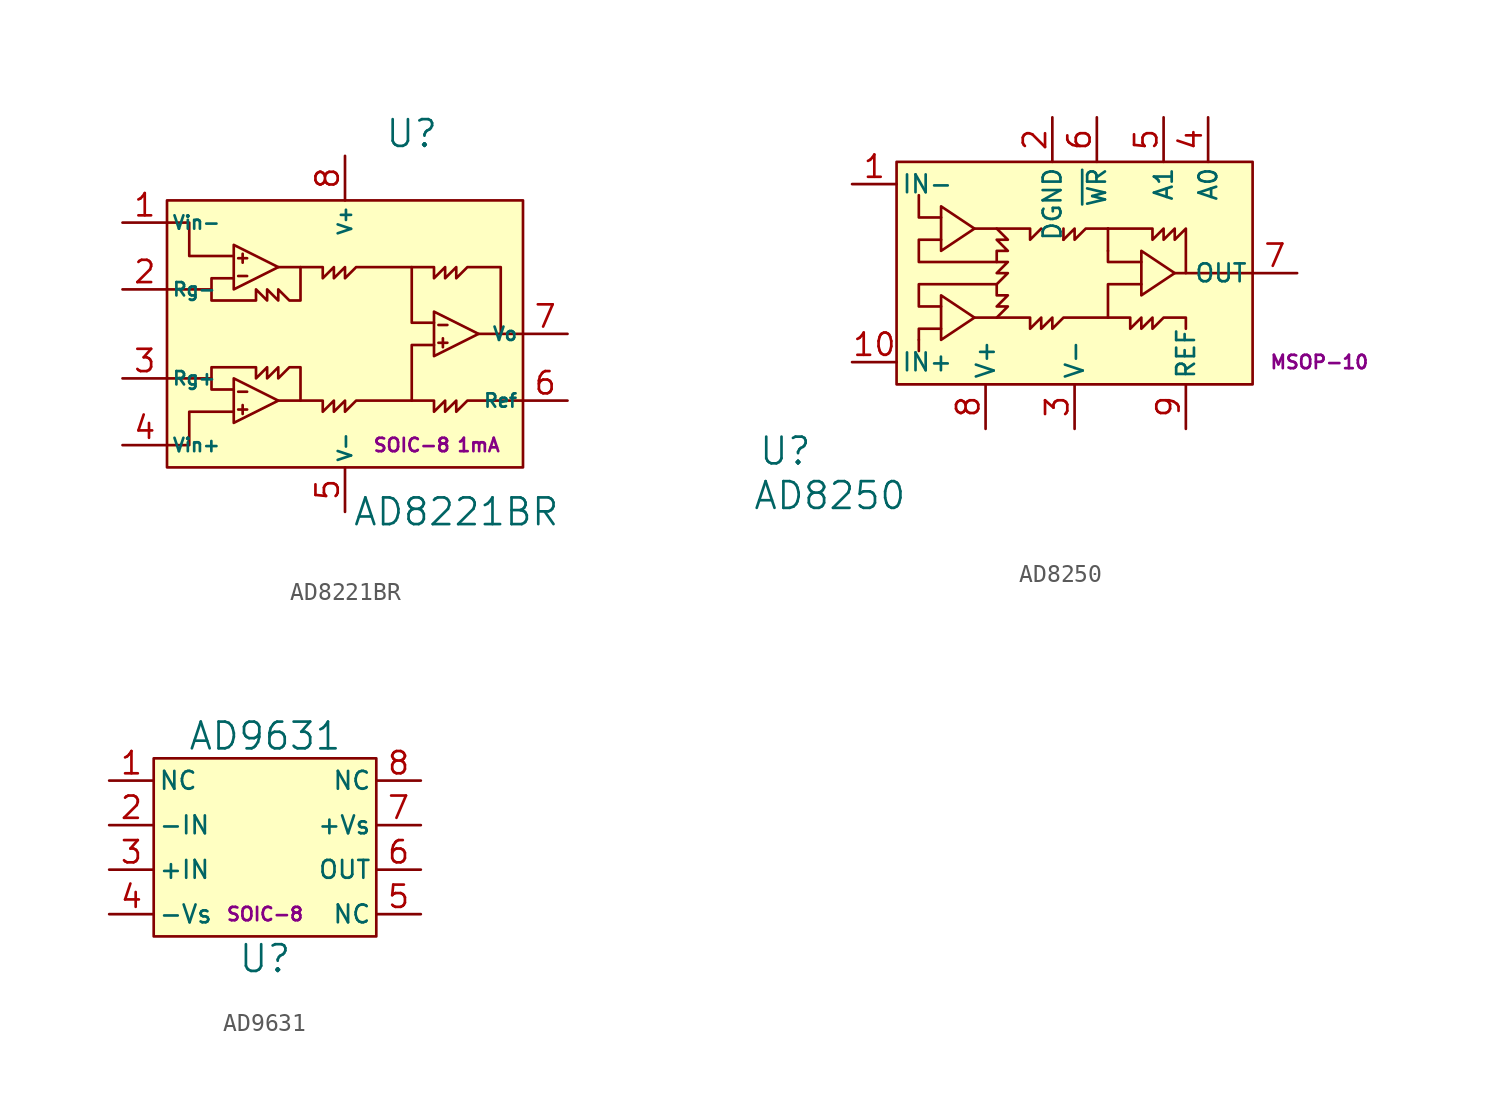
<source format=kicad_sym>
(kicad_symbol_lib
  (version 20220914)
  (generator kicad_symbol_editor)
  (symbol "AD8221BR"
    (pin_names
      (offset 0.254))
    (property "Reference" "U"
      (at 3.81 11.43 0)
      (effects (font (size 1.524 1.524))))
    (property "Value" "AD8221BR"
      (at 6.35 -10.16 0)
      (effects (font (size 1.524 1.524))))
    (property "Footprint" "SOIC-8"
      (at 3.81 -6.35 0)
      (effects (font (size 0.762 0.762))))
    (property "Datasheet" ""
      (at 0 0 0)
      (effects (font (size 1.524 1.524))))
    (property "Consumo" "1mA"
      (at 7.62 -6.35 0)
      (effects (font (size 0.762 0.762))))
    (symbol "AD8221BR_0_1"
      (rectangle (start -10.16 7.62) (end 10.16 -7.62) (stroke (width 0) (type default)) (fill (type background)))
      (polyline (pts (xy -10.16 -2.54) (xy -7.62 -2.54)) (stroke (width 0) (type default)) (fill (type none)))
      (polyline (pts (xy -10.16 2.54) (xy -7.62 2.54)) (stroke (width 0) (type default)) (fill (type none)))
      (polyline (pts (xy -6.096 -4.318) (xy -5.588 -4.318)) (stroke (width 0) (type default)) (fill (type none)))
      (polyline (pts (xy -6.096 -3.302) (xy -5.588 -3.302)) (stroke (width 0) (type default)) (fill (type none)))
      (polyline (pts (xy -6.096 3.302) (xy -5.588 3.302)) (stroke (width 0) (type default)) (fill (type none)))
      (polyline (pts (xy -6.096 4.318) (xy -5.588 4.318)) (stroke (width 0) (type default)) (fill (type none)))
      (polyline (pts (xy -5.842 -4.064) (xy -5.842 -4.572)) (stroke (width 0) (type default)) (fill (type none)))
      (polyline (pts (xy -5.842 4.572) (xy -5.842 4.064)) (stroke (width 0) (type default)) (fill (type none)))
      (polyline (pts (xy 5.334 -0.508) (xy 5.842 -0.508)) (stroke (width 0) (type default)) (fill (type none)))
      (polyline (pts (xy 5.334 0.508) (xy 5.842 0.508)) (stroke (width 0) (type default)) (fill (type none)))
      (polyline (pts (xy 5.588 -0.254) (xy 5.588 -0.762)) (stroke (width 0) (type default)) (fill (type none)))
      (polyline (pts (xy 8.89 0) (xy 10.16 0)) (stroke (width 0) (type default)) (fill (type none)))
      (polyline (pts (xy -6.35 -4.445) (xy -8.89 -4.445) (xy -8.89 -6.35) (xy -10.16 -6.35)) (stroke (width 0) (type default)) (fill (type none)))
      (polyline (pts (xy -6.35 -2.54) (xy -6.35 -5.08) (xy -3.81 -3.81) (xy -6.35 -2.54)) (stroke (width 0) (type default)) (fill (type none)))
      (polyline (pts (xy -6.35 4.445) (xy -8.89 4.445) (xy -8.89 6.35) (xy -10.16 6.35)) (stroke (width 0) (type default)) (fill (type none)))
      (polyline (pts (xy -6.35 5.08) (xy -6.35 2.54) (xy -3.81 3.81) (xy -6.35 5.08)) (stroke (width 0) (type default)) (fill (type none)))
      (polyline (pts (xy 5.08 1.27) (xy 5.08 -1.27) (xy 7.62 0) (xy 5.08 1.27)) (stroke (width 0) (type default)) (fill (type none)))
      (polyline (pts (xy 3.81 -3.81) (xy 5.08 -3.81) (xy 5.08 -4.445) (xy 5.715 -3.81) (xy 5.715 -4.445) (xy 6.35 -3.81) (xy 6.35 -4.445) (xy 6.985 -3.81) (xy 10.16 -3.81)) (stroke (width 0) (type default)) (fill (type none)))
      (polyline (pts (xy -2.54 3.81) (xy -1.27 3.81) (xy -1.27 3.175) (xy -0.635 3.81) (xy -0.635 3.175) (xy 0 3.81) (xy 0 3.175) (xy 0.635 3.81) (xy 3.81 3.81) (xy 3.81 0.635) (xy 5.08 0.635)) (stroke (width 0) (type default)) (fill (type none)))
      (polyline (pts (xy 3.81 3.81) (xy 5.08 3.81) (xy 5.08 3.175) (xy 5.715 3.81) (xy 5.715 3.175) (xy 6.35 3.81) (xy 6.35 3.175) (xy 6.985 3.81) (xy 8.89 3.81) (xy 8.89 0) (xy 7.62 0)) (stroke (width 0) (type default)) (fill (type none)))
      (polyline (pts (xy 5.08 -0.635) (xy 3.81 -0.635) (xy 3.81 -3.81) (xy 0.635 -3.81) (xy 0 -4.445) (xy 0 -3.81) (xy -0.635 -4.445) (xy -0.635 -3.81) (xy -1.27 -4.445) (xy -1.27 -3.81) (xy -2.54 -3.81)) (stroke (width 0) (type default)) (fill (type none)))
      (polyline (pts (xy -6.35 -3.175) (xy -7.62 -3.175) (xy -7.62 -1.905) (xy -5.08 -1.905) (xy -5.08 -2.54) (xy -4.445 -1.905) (xy -4.445 -2.54) (xy -3.81 -1.905) (xy -3.81 -2.54) (xy -3.175 -1.905) (xy -2.54 -1.905) (xy -2.54 -3.81) (xy -3.81 -3.81)) (stroke (width 0) (type default)) (fill (type none)))
      (polyline (pts (xy -6.35 3.175) (xy -7.62 3.175) (xy -7.62 1.905) (xy -5.08 1.905) (xy -5.08 2.54) (xy -4.445 1.905) (xy -4.445 2.54) (xy -3.81 1.905) (xy -3.81 2.54) (xy -3.175 1.905) (xy -2.54 1.905) (xy -2.54 3.81) (xy -3.81 3.81)) (stroke (width 0) (type default)) (fill (type none))))
    (symbol "AD8221BR_1_1"
      (pin input line (at -12.7 6.35 0) (length 2.54) (name "Vin-" (effects (font (size 0.762 0.762)))) (number "1" (effects (font (size 1.27 1.27)))))
      (pin input line (at -12.7 2.54 0) (length 2.54) (name "Rg-" (effects (font (size 0.762 0.762)))) (number "2" (effects (font (size 1.27 1.27)))))
      (pin input line (at -12.7 -2.54 0) (length 2.54) (name "Rg+" (effects (font (size 0.762 0.762)))) (number "3" (effects (font (size 1.27 1.27)))))
      (pin input line (at -12.7 -6.35 0) (length 2.54) (name "Vin+" (effects (font (size 0.762 0.762)))) (number "4" (effects (font (size 1.27 1.27)))))
      (pin input line (at 0 -10.16 90) (length 2.54) (name "V-" (effects (font (size 0.762 0.762)))) (number "5" (effects (font (size 1.27 1.27)))))
      (pin input line (at 12.7 -3.81 180) (length 2.54) (name "Ref" (effects (font (size 0.762 0.762)))) (number "6" (effects (font (size 1.27 1.27)))))
      (pin input line (at 12.7 0 180) (length 2.54) (name "Vo" (effects (font (size 0.762 0.762)))) (number "7" (effects (font (size 1.27 1.27)))))
      (pin input line (at 0 10.16 270) (length 2.54) (name "V+" (effects (font (size 0.762 0.762)))) (number "8" (effects (font (size 1.27 1.27)))))))
  (symbol "AD8250"
    (pin_names
      (offset 0.254))
    (property "Reference" "U"
      (at -16.51 -10.16 0)
      (effects (font (size 1.524 1.524))))
    (property "Value" "AD8250"
      (at -13.97 -12.7 0)
      (effects (font (size 1.524 1.524))))
    (property "Footprint" "MSOP-10"
      (at 13.97 -5.08 0)
      (effects (font (size 0.762 0.762))))
    (property "Datasheet" ""
      (at 0 0 0)
      (effects (font (size 1.524 1.524))))
    (symbol "AD8250_0_1"
      (rectangle (start -10.16 6.35) (end 10.16 -6.35) (stroke (width 0) (type default)) (fill (type background)))
      (polyline (pts (xy -8.89 -3.81) (xy -8.89 -4.445)) (stroke (width 0) (type default)) (fill (type none)))
      (polyline (pts (xy -0.635 1.905) (xy -0.635 2.54)) (stroke (width 0) (type default)) (fill (type none)))
      (polyline (pts (xy 1.905 1.27) (xy 1.905 2.54)) (stroke (width 0) (type default)) (fill (type none)))
      (polyline (pts (xy 6.35 0) (xy 10.16 0)) (stroke (width 0) (type default)) (fill (type none)))
      (polyline (pts (xy -7.62 -3.175) (xy -8.89 -3.175) (xy -8.89 -3.81)) (stroke (width 0) (type default)) (fill (type none)))
      (polyline (pts (xy -7.62 3.175) (xy -8.89 3.175) (xy -8.89 4.445)) (stroke (width 0) (type default)) (fill (type none)))
      (polyline (pts (xy 3.81 -0.635) (xy 1.905 -0.635) (xy 1.905 -2.54)) (stroke (width 0) (type default)) (fill (type none)))
      (polyline (pts (xy 3.81 0.635) (xy 1.905 0.635) (xy 1.905 1.27)) (stroke (width 0) (type default)) (fill (type none)))
      (polyline (pts (xy -7.62 -1.27) (xy -7.62 -3.81) (xy -5.715 -2.54) (xy -7.62 -1.27)) (stroke (width 0) (type default)) (fill (type none)))
      (polyline (pts (xy -4.445 2.54) (xy -2.54 2.54) (xy -2.54 1.905) (xy -1.905 2.54)) (stroke (width 0) (type default)) (fill (type none)))
      (polyline (pts (xy 3.81 1.27) (xy 5.715 0) (xy 3.81 -1.27) (xy 3.81 1.27)) (stroke (width 0) (type default)) (fill (type none)))
      (polyline (pts (xy -7.62 3.175) (xy -7.62 1.27) (xy -5.715 2.54) (xy -7.62 3.81) (xy -7.62 3.175)) (stroke (width 0) (type default)) (fill (type none)))
      (polyline (pts (xy -4.445 0.635) (xy -3.81 0.635) (xy -4.445 0) (xy -3.81 0) (xy -4.445 -0.635)) (stroke (width 0) (type default)) (fill (type none)))
      (polyline (pts (xy -0.635 1.905) (xy 0 2.54) (xy 0 1.905) (xy 0.635 2.54) (xy 1.905 2.54)) (stroke (width 0) (type default)) (fill (type none)))
      (polyline (pts (xy -4.445 -2.54) (xy -2.54 -2.54) (xy -2.54 -3.175) (xy -1.905 -2.54) (xy -1.905 -3.175) (xy -1.27 -2.54) (xy -1.27 -3.175) (xy -0.635 -2.54) (xy 1.905 -2.54)) (stroke (width 0) (type default)) (fill (type none)))
      (polyline (pts (xy -7.62 -1.905) (xy -8.89 -1.905) (xy -8.89 -0.635) (xy -4.445 -0.635) (xy -4.445 -1.27) (xy -3.81 -1.27) (xy -4.445 -1.905) (xy -3.81 -1.905) (xy -4.445 -2.54) (xy -5.715 -2.54)) (stroke (width 0) (type default)) (fill (type none)))
      (polyline (pts (xy -7.62 1.905) (xy -8.89 1.905) (xy -8.89 0.635) (xy -4.445 0.635) (xy -4.445 1.27) (xy -3.81 1.27) (xy -4.445 1.905) (xy -3.81 1.905) (xy -4.445 2.54) (xy -5.715 2.54)) (stroke (width 0) (type default)) (fill (type none)))
      (polyline (pts (xy 1.905 -2.54) (xy 3.175 -2.54) (xy 3.175 -3.175) (xy 3.81 -2.54) (xy 3.81 -3.175) (xy 4.445 -2.54) (xy 4.445 -3.175) (xy 5.08 -2.54) (xy 6.35 -2.54) (xy 6.35 -3.175)) (stroke (width 0) (type default)) (fill (type none)))
      (polyline (pts (xy 1.905 2.54) (xy 4.445 2.54) (xy 4.445 1.905) (xy 5.08 2.54) (xy 5.08 1.905) (xy 5.715 2.54) (xy 5.715 1.905) (xy 6.35 2.54) (xy 6.35 0) (xy 5.715 0)) (stroke (width 0) (type default)) (fill (type none))))
    (symbol "AD8250_1_1"
      (pin input line (at -12.7 5.08 0) (length 2.54) (name "IN-" (effects (font (size 1.016 1.016)))) (number "1" (effects (font (size 1.27 1.27)))))
      (pin input line (at -12.7 -5.08 0) (length 2.54) (name "IN+" (effects (font (size 1.016 1.016)))) (number "10" (effects (font (size 1.27 1.27)))))
      (pin input line (at -1.27 8.89 270) (length 2.54) (name "DGND" (effects (font (size 1.016 1.016)))) (number "2" (effects (font (size 1.27 1.27)))))
      (pin input line (at 0 -8.89 90) (length 2.54) (name "V-" (effects (font (size 1.016 1.016)))) (number "3" (effects (font (size 1.27 1.27)))))
      (pin input line (at 7.62 8.89 270) (length 2.54) (name "A0" (effects (font (size 1.016 1.016)))) (number "4" (effects (font (size 1.27 1.27)))))
      (pin input line (at 5.08 8.89 270) (length 2.54) (name "A1" (effects (font (size 1.016 1.016)))) (number "5" (effects (font (size 1.27 1.27)))))
      (pin input line (at 1.27 8.89 270) (length 2.54) (name "~{WR}" (effects (font (size 1.016 1.016)))) (number "6" (effects (font (size 1.27 1.27)))))
      (pin input line (at 12.7 0 180) (length 2.54) (name "OUT" (effects (font (size 1.016 1.016)))) (number "7" (effects (font (size 1.27 1.27)))))
      (pin input line (at -5.08 -8.89 90) (length 2.54) (name "V+" (effects (font (size 1.016 1.016)))) (number "8" (effects (font (size 1.27 1.27)))))
      (pin input line (at 6.35 -8.89 90) (length 2.54) (name "REF" (effects (font (size 1.016 1.016)))) (number "9" (effects (font (size 1.27 1.27)))))))
  (symbol "AD9631"
    (pin_names
      (offset 0.254))
    (property "Reference" "U"
      (at 0 -6.35 0)
      (effects (font (size 1.524 1.524))))
    (property "Value" "AD9631"
      (at 0 6.35 0)
      (effects (font (size 1.524 1.524))))
    (property "Footprint" "SOIC-8"
      (at 0 -3.81 0)
      (effects (font (size 0.762 0.762))))
    (property "Datasheet" ""
      (at 0 0 0)
      (effects (font (size 1.524 1.524))))
    (symbol "AD9631_0_1"
      (rectangle (start -6.35 5.08) (end 6.35 -5.08) (stroke (width 0) (type default)) (fill (type background))))
    (symbol "AD9631_1_1"
      (pin bidirectional line (at -8.89 3.81 0) (length 2.54) (name "NC" (effects (font (size 1.016 1.016)))) (number "1" (effects (font (size 1.27 1.27)))))
      (pin bidirectional line (at -8.89 1.27 0) (length 2.54) (name "-IN" (effects (font (size 1.016 1.016)))) (number "2" (effects (font (size 1.27 1.27)))))
      (pin bidirectional line (at -8.89 -1.27 0) (length 2.54) (name "+IN" (effects (font (size 1.016 1.016)))) (number "3" (effects (font (size 1.27 1.27)))))
      (pin bidirectional line (at -8.89 -3.81 0) (length 2.54) (name "-Vs" (effects (font (size 1.016 1.016)))) (number "4" (effects (font (size 1.27 1.27)))))
      (pin bidirectional line (at 8.89 -3.81 180) (length 2.54) (name "NC" (effects (font (size 1.016 1.016)))) (number "5" (effects (font (size 1.27 1.27)))))
      (pin bidirectional line (at 8.89 -1.27 180) (length 2.54) (name "OUT" (effects (font (size 1.016 1.016)))) (number "6" (effects (font (size 1.27 1.27)))))
      (pin bidirectional line (at 8.89 1.27 180) (length 2.54) (name "+Vs" (effects (font (size 1.016 1.016)))) (number "7" (effects (font (size 1.27 1.27)))))
      (pin bidirectional line (at 8.89 3.81 180) (length 2.54) (name "NC" (effects (font (size 1.016 1.016)))) (number "8" (effects (font (size 1.27 1.27))))))))
</source>
